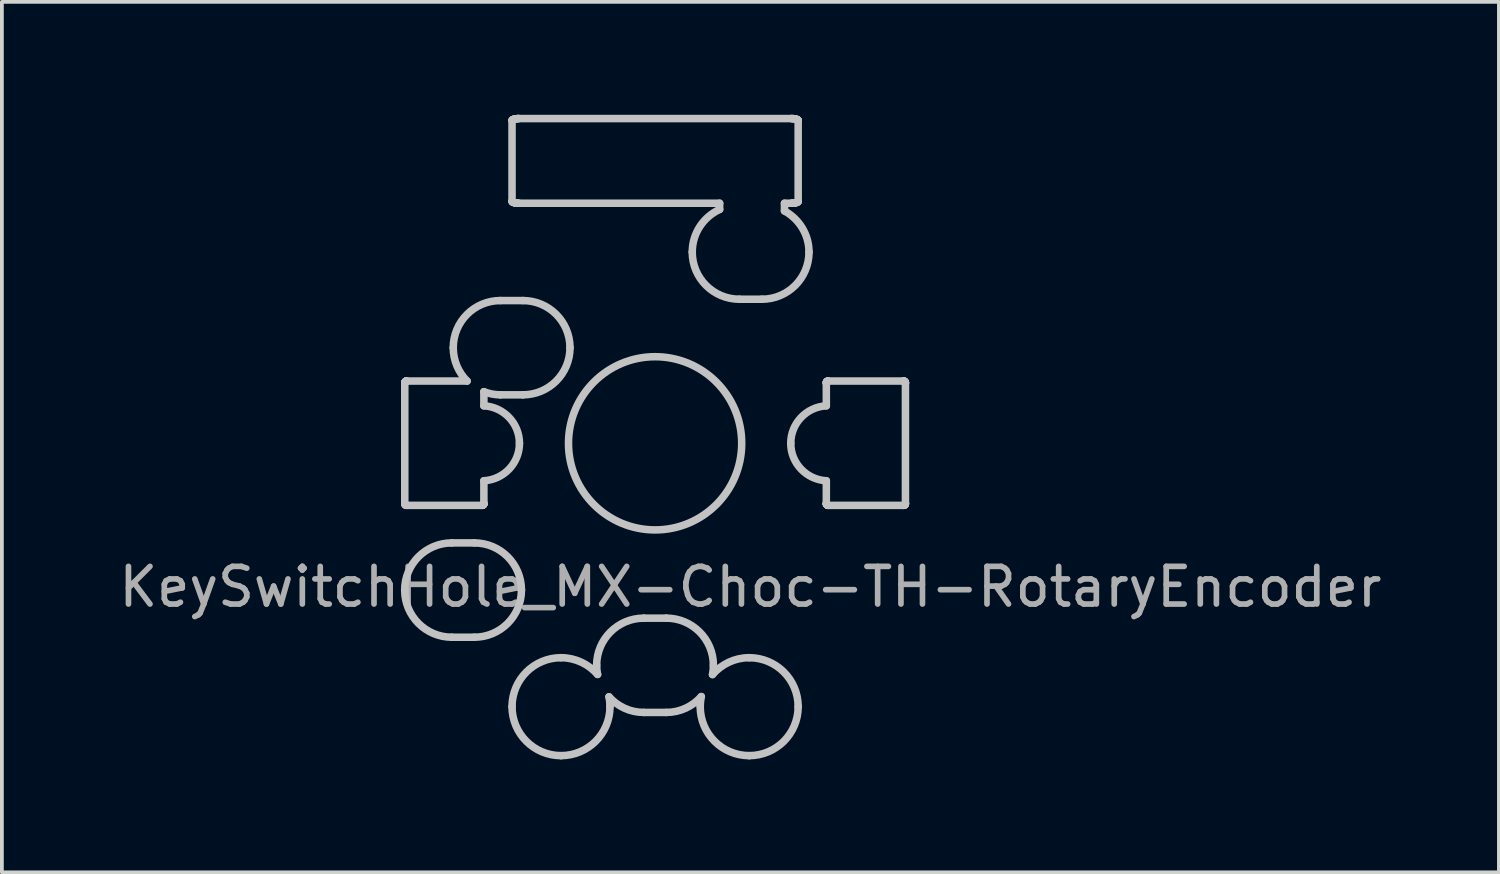
<source format=kicad_pcb>
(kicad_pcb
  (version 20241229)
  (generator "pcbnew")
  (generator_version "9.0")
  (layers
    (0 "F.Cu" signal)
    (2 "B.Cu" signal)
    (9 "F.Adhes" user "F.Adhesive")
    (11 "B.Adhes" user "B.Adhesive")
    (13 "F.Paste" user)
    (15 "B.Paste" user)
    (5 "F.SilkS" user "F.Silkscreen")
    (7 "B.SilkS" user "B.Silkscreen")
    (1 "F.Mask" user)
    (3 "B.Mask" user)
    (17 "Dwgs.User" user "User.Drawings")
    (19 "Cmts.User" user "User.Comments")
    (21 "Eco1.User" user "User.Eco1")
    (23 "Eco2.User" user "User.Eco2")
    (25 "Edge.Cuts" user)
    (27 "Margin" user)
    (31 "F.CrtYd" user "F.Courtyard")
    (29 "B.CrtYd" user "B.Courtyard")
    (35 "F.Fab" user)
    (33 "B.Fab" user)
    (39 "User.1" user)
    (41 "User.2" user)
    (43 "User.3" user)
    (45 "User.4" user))
  (footprint "KeySwitchHole_MX-Choc-TH-RotaryEncoder"
    (layer "F.Cu")
    (at 14.355 8.728)
    (property "Reference" "KeySwitchHole_MX-Choc-TH-RotaryEncoder" (at 2.532 3.815 0) (layer "F.Fab") (effects (font (size 1 1) (thickness 0.15))))
    (attr through_hole)
    (fp_circle (center 0 0) (end 2.301 0) (stroke (width 0.2) (type solid)) (fill no) (layer "Dwgs.User"))
    (fp_curve (pts (xy -6.653 3.899) (xy -6.653 3.207) (xy -6.092 2.646) (xy -5.4 2.646)) (stroke (width 0.2) (type solid)) (layer "Dwgs.User"))
    (fp_curve (pts (xy -6.651 -1.603) (xy -6.651 -1.603) (xy -6.651 1.597) (xy -6.651 1.597)) (stroke (width 0.2) (type solid)) (layer "Dwgs.User"))
    (fp_curve (pts (xy -6.651 1.597) (xy -6.651 1.597) (xy -6.651 1.602) (xy -6.651 1.602)) (stroke (width 0.2) (type solid)) (layer "Dwgs.User"))
    (fp_curve (pts (xy -6.651 -1.608) (xy -6.651 -1.608) (xy -6.651 -1.603) (xy -6.651 -1.603)) (stroke (width 0.2) (type solid)) (layer "Dwgs.User"))
    (fp_curve (pts (xy -6.651 1.602) (xy -6.651 1.602) (xy -6.65 1.607) (xy -6.65 1.607)) (stroke (width 0.2) (type solid)) (layer "Dwgs.User"))
    (fp_curve (pts (xy -6.65 -1.613) (xy -6.65 -1.613) (xy -6.651 -1.608) (xy -6.651 -1.608)) (stroke (width 0.2) (type solid)) (layer "Dwgs.User"))
    (fp_curve (pts (xy -6.65 1.607) (xy -6.65 1.607) (xy -6.649 1.612) (xy -6.649 1.612)) (stroke (width 0.2) (type solid)) (layer "Dwgs.User"))
    (fp_curve (pts (xy -6.649 -1.618) (xy -6.649 -1.618) (xy -6.65 -1.613) (xy -6.65 -1.613)) (stroke (width 0.2) (type solid)) (layer "Dwgs.User"))
    (fp_curve (pts (xy -6.649 1.612) (xy -6.649 1.612) (xy -6.647 1.616) (xy -6.647 1.616)) (stroke (width 0.2) (type solid)) (layer "Dwgs.User"))
    (fp_curve (pts (xy -6.647 -1.623) (xy -6.647 -1.623) (xy -6.649 -1.618) (xy -6.649 -1.618)) (stroke (width 0.2) (type solid)) (layer "Dwgs.User"))
    (fp_curve (pts (xy -6.647 1.616) (xy -6.647 1.616) (xy -6.645 1.621) (xy -6.645 1.621)) (stroke (width 0.2) (type solid)) (layer "Dwgs.User"))
    (fp_curve (pts (xy -6.645 -1.627) (xy -6.645 -1.627) (xy -6.647 -1.623) (xy -6.647 -1.623)) (stroke (width 0.2) (type solid)) (layer "Dwgs.User"))
    (fp_curve (pts (xy -6.645 1.621) (xy -6.645 1.621) (xy -6.642 1.625) (xy -6.642 1.625)) (stroke (width 0.2) (type solid)) (layer "Dwgs.User"))
    (fp_curve (pts (xy -6.642 -1.631) (xy -6.642 -1.631) (xy -6.645 -1.627) (xy -6.645 -1.627)) (stroke (width 0.2) (type solid)) (layer "Dwgs.User"))
    (fp_curve (pts (xy -6.642 1.625) (xy -6.642 1.625) (xy -6.639 1.629) (xy -6.639 1.629)) (stroke (width 0.2) (type solid)) (layer "Dwgs.User"))
    (fp_curve (pts (xy -6.639 -1.635) (xy -6.639 -1.635) (xy -6.642 -1.631) (xy -6.642 -1.631)) (stroke (width 0.2) (type solid)) (layer "Dwgs.User"))
    (fp_curve (pts (xy -6.639 1.629) (xy -6.639 1.629) (xy -6.636 1.633) (xy -6.636 1.633)) (stroke (width 0.2) (type solid)) (layer "Dwgs.User"))
    (fp_curve (pts (xy -6.636 -1.639) (xy -6.636 -1.639) (xy -6.639 -1.635) (xy -6.639 -1.635)) (stroke (width 0.2) (type solid)) (layer "Dwgs.User"))
    (fp_curve (pts (xy -6.636 1.633) (xy -6.636 1.633) (xy -6.632 1.636) (xy -6.632 1.636)) (stroke (width 0.2) (type solid)) (layer "Dwgs.User"))
    (fp_curve (pts (xy -6.632 -1.643) (xy -6.632 -1.643) (xy -6.636 -1.639) (xy -6.636 -1.639)) (stroke (width 0.2) (type solid)) (layer "Dwgs.User"))
    (fp_curve (pts (xy -6.632 1.636) (xy -6.632 1.636) (xy -6.628 1.639) (xy -6.628 1.639)) (stroke (width 0.2) (type solid)) (layer "Dwgs.User"))
    (fp_curve (pts (xy -6.628 -1.646) (xy -6.628 -1.646) (xy -6.632 -1.643) (xy -6.632 -1.643)) (stroke (width 0.2) (type solid)) (layer "Dwgs.User"))
    (fp_curve (pts (xy -6.628 1.639) (xy -6.628 1.639) (xy -6.624 1.642) (xy -6.624 1.642)) (stroke (width 0.2) (type solid)) (layer "Dwgs.User"))
    (fp_curve (pts (xy -6.624 -1.648) (xy -6.624 -1.648) (xy -6.628 -1.646) (xy -6.628 -1.646)) (stroke (width 0.2) (type solid)) (layer "Dwgs.User"))
    (fp_curve (pts (xy -6.624 1.642) (xy -6.624 1.642) (xy -6.619 1.644) (xy -6.619 1.644)) (stroke (width 0.2) (type solid)) (layer "Dwgs.User"))
    (fp_curve (pts (xy -6.619 -1.65) (xy -6.619 -1.65) (xy -6.624 -1.648) (xy -6.624 -1.648)) (stroke (width 0.2) (type solid)) (layer "Dwgs.User"))
    (fp_curve (pts (xy -6.619 1.644) (xy -6.619 1.644) (xy -6.615 1.646) (xy -6.615 1.646)) (stroke (width 0.2) (type solid)) (layer "Dwgs.User"))
    (fp_curve (pts (xy -6.615 -1.652) (xy -6.615 -1.652) (xy -6.619 -1.65) (xy -6.619 -1.65)) (stroke (width 0.2) (type solid)) (layer "Dwgs.User"))
    (fp_curve (pts (xy -6.615 1.646) (xy -6.615 1.646) (xy -6.61 1.647) (xy -6.61 1.647)) (stroke (width 0.2) (type solid)) (layer "Dwgs.User"))
    (fp_curve (pts (xy -6.61 -1.653) (xy -6.61 -1.653) (xy -6.615 -1.652) (xy -6.615 -1.652)) (stroke (width 0.2) (type solid)) (layer "Dwgs.User"))
    (fp_curve (pts (xy -6.61 1.647) (xy -6.61 1.647) (xy -6.605 1.648) (xy -6.605 1.648)) (stroke (width 0.2) (type solid)) (layer "Dwgs.User"))
    (fp_curve (pts (xy -6.605 -1.654) (xy -6.605 -1.654) (xy -6.61 -1.653) (xy -6.61 -1.653)) (stroke (width 0.2) (type solid)) (layer "Dwgs.User"))
    (fp_curve (pts (xy -6.605 1.648) (xy -6.605 1.648) (xy -6.6 1.648) (xy -6.6 1.648)) (stroke (width 0.2) (type solid)) (layer "Dwgs.User"))
    (fp_curve (pts (xy -6.6 -1.654) (xy -6.6 -1.654) (xy -6.605 -1.654) (xy -6.605 -1.654)) (stroke (width 0.2) (type solid)) (layer "Dwgs.User"))
    (fp_curve (pts (xy -6.6 1.648) (xy -6.6 1.648) (xy -4.6 1.648) (xy -4.6 1.648)) (stroke (width 0.2) (type solid)) (layer "Dwgs.User"))
    (fp_curve (pts (xy -5.4 2.646) (xy -5.4 2.646) (xy -4.804 2.646) (xy -4.804 2.646)) (stroke (width 0.2) (type solid)) (layer "Dwgs.User"))
    (fp_curve (pts (xy -5.4 5.152) (xy -6.092 5.152) (xy -6.653 4.591) (xy -6.653 3.899)) (stroke (width 0.2) (type solid)) (layer "Dwgs.User"))
    (fp_curve (pts (xy -5.363 -2.54) (xy -5.363 -2.194) (xy -5.222 -1.881) (xy -4.995 -1.654)) (stroke (width 0.2) (type solid)) (layer "Dwgs.User"))
    (fp_curve (pts (xy -4.995 -1.654) (xy -4.995 -1.654) (xy -6.6 -1.654) (xy -6.6 -1.654)) (stroke (width 0.2) (type solid)) (layer "Dwgs.User"))
    (fp_curve (pts (xy -4.804 2.646) (xy -4.112 2.646) (xy -3.551 3.207) (xy -3.551 3.899)) (stroke (width 0.2) (type solid)) (layer "Dwgs.User"))
    (fp_curve (pts (xy -4.804 5.152) (xy -4.804 5.152) (xy -5.4 5.152) (xy -5.4 5.152)) (stroke (width 0.2) (type solid)) (layer "Dwgs.User"))
    (fp_curve (pts (xy -4.6 1.648) (xy -4.6 1.648) (xy -4.595 1.648) (xy -4.595 1.648)) (stroke (width 0.2) (type solid)) (layer "Dwgs.User"))
    (fp_curve (pts (xy -4.595 1.648) (xy -4.595 1.648) (xy -4.59 1.647) (xy -4.59 1.647)) (stroke (width 0.2) (type solid)) (layer "Dwgs.User"))
    (fp_curve (pts (xy -4.59 1.647) (xy -4.59 1.647) (xy -4.585 1.646) (xy -4.585 1.646)) (stroke (width 0.2) (type solid)) (layer "Dwgs.User"))
    (fp_curve (pts (xy -4.585 1.646) (xy -4.585 1.646) (xy -4.58 1.644) (xy -4.58 1.644)) (stroke (width 0.2) (type solid)) (layer "Dwgs.User"))
    (fp_curve (pts (xy -4.58 1.644) (xy -4.58 1.644) (xy -4.576 1.642) (xy -4.576 1.642)) (stroke (width 0.2) (type solid)) (layer "Dwgs.User"))
    (fp_curve (pts (xy -4.576 1.642) (xy -4.576 1.642) (xy -4.572 1.639) (xy -4.572 1.639)) (stroke (width 0.2) (type solid)) (layer "Dwgs.User"))
    (fp_curve (pts (xy -4.572 1.639) (xy -4.572 1.639) (xy -4.568 1.636) (xy -4.568 1.636)) (stroke (width 0.2) (type solid)) (layer "Dwgs.User"))
    (fp_curve (pts (xy -4.568 1.636) (xy -4.568 1.636) (xy -4.564 1.633) (xy -4.564 1.633)) (stroke (width 0.2) (type solid)) (layer "Dwgs.User"))
    (fp_curve (pts (xy -4.564 1.633) (xy -4.564 1.633) (xy -4.561 1.629) (xy -4.561 1.629)) (stroke (width 0.2) (type solid)) (layer "Dwgs.User"))
    (fp_curve (pts (xy -4.561 1.629) (xy -4.561 1.629) (xy -4.558 1.625) (xy -4.558 1.625)) (stroke (width 0.2) (type solid)) (layer "Dwgs.User"))
    (fp_curve (pts (xy -4.558 1.625) (xy -4.558 1.625) (xy -4.555 1.621) (xy -4.555 1.621)) (stroke (width 0.2) (type solid)) (layer "Dwgs.User"))
    (fp_curve (pts (xy -4.555 1.621) (xy -4.555 1.621) (xy -4.553 1.616) (xy -4.553 1.616)) (stroke (width 0.2) (type solid)) (layer "Dwgs.User"))
    (fp_curve (pts (xy -4.553 1.616) (xy -4.553 1.616) (xy -4.551 1.612) (xy -4.551 1.612)) (stroke (width 0.2) (type solid)) (layer "Dwgs.User"))
    (fp_curve (pts (xy -4.551 1.612) (xy -4.551 1.612) (xy -4.55 1.607) (xy -4.55 1.607)) (stroke (width 0.2) (type solid)) (layer "Dwgs.User"))
    (fp_curve (pts (xy -4.55 1.607) (xy -4.55 1.607) (xy -4.549 1.602) (xy -4.549 1.602)) (stroke (width 0.2) (type solid)) (layer "Dwgs.User"))
    (fp_curve (pts (xy -4.549 1.602) (xy -4.549 1.602) (xy -4.549 1.597) (xy -4.549 1.597)) (stroke (width 0.2) (type solid)) (layer "Dwgs.User"))
    (fp_curve (pts (xy -4.549 -1.371) (xy -4.412 -1.319) (xy -4.265 -1.288) (xy -4.11 -1.288)) (stroke (width 0.2) (type solid)) (layer "Dwgs.User"))
    (fp_curve (pts (xy -4.549 -0.996) (xy -4.549 -0.996) (xy -4.549 -1.371) (xy -4.549 -1.371)) (stroke (width 0.2) (type solid)) (layer "Dwgs.User"))
    (fp_curve (pts (xy -4.549 0.995) (xy -4.023 0.965) (xy -3.604 0.533) (xy -3.604 -0.000265)) (stroke (width 0.2) (type solid)) (layer "Dwgs.User"))
    (fp_curve (pts (xy -4.549 1.597) (xy -4.549 1.597) (xy -4.549 0.995) (xy -4.549 0.995)) (stroke (width 0.2) (type solid)) (layer "Dwgs.User"))
    (fp_curve (pts (xy -4.11 -3.793) (xy -4.802 -3.793) (xy -5.363 -3.232) (xy -5.363 -2.54)) (stroke (width 0.2) (type solid)) (layer "Dwgs.User"))
    (fp_curve (pts (xy -4.11 -1.288) (xy -4.11 -1.288) (xy -3.513 -1.288) (xy -3.513 -1.288)) (stroke (width 0.2) (type solid)) (layer "Dwgs.User"))
    (fp_curve (pts (xy -3.801 -8.574) (xy -3.801 -8.574) (xy -3.801 -6.433) (xy -3.801 -6.433)) (stroke (width 0.2) (type solid)) (layer "Dwgs.User"))
    (fp_curve (pts (xy -3.801 -6.433) (xy -3.801 -6.433) (xy -3.8 -6.427) (xy -3.8 -6.427)) (stroke (width 0.2) (type solid)) (layer "Dwgs.User"))
    (fp_curve (pts (xy -3.801 6.997) (xy -3.801 7.715) (xy -3.219 8.298) (xy -2.5 8.298)) (stroke (width 0.2) (type solid)) (layer "Dwgs.User"))
    (fp_curve (pts (xy -3.8 -8.579) (xy -3.8 -8.579) (xy -3.801 -8.574) (xy -3.801 -8.574)) (stroke (width 0.2) (type solid)) (layer "Dwgs.User"))
    (fp_curve (pts (xy -3.8 -6.427) (xy -3.8 -6.427) (xy -3.797 -6.422) (xy -3.797 -6.422)) (stroke (width 0.2) (type solid)) (layer "Dwgs.User"))
    (fp_curve (pts (xy -3.797 -8.584) (xy -3.797 -8.584) (xy -3.8 -8.579) (xy -3.8 -8.579)) (stroke (width 0.2) (type solid)) (layer "Dwgs.User"))
    (fp_curve (pts (xy -3.797 -6.422) (xy -3.797 -6.422) (xy -3.793 -6.417) (xy -3.793 -6.417)) (stroke (width 0.2) (type solid)) (layer "Dwgs.User"))
    (fp_curve (pts (xy -3.793 -8.589) (xy -3.793 -8.589) (xy -3.797 -8.584) (xy -3.797 -8.584)) (stroke (width 0.2) (type solid)) (layer "Dwgs.User"))
    (fp_curve (pts (xy -3.793 -6.417) (xy -3.793 -6.417) (xy -3.787 -6.412) (xy -3.787 -6.412)) (stroke (width 0.2) (type solid)) (layer "Dwgs.User"))
    (fp_curve (pts (xy -3.787 -8.594) (xy -3.787 -8.594) (xy -3.793 -8.589) (xy -3.793 -8.589)) (stroke (width 0.2) (type solid)) (layer "Dwgs.User"))
    (fp_curve (pts (xy -3.787 -6.412) (xy -3.787 -6.412) (xy -3.779 -6.407) (xy -3.779 -6.407)) (stroke (width 0.2) (type solid)) (layer "Dwgs.User"))
    (fp_curve (pts (xy -3.779 -8.599) (xy -3.779 -8.599) (xy -3.787 -8.594) (xy -3.787 -8.594)) (stroke (width 0.2) (type solid)) (layer "Dwgs.User"))
    (fp_curve (pts (xy -3.779 -6.407) (xy -3.779 -6.407) (xy -3.77 -6.402) (xy -3.77 -6.402)) (stroke (width 0.2) (type solid)) (layer "Dwgs.User"))
    (fp_curve (pts (xy -3.77 -8.604) (xy -3.77 -8.604) (xy -3.779 -8.599) (xy -3.779 -8.599)) (stroke (width 0.2) (type solid)) (layer "Dwgs.User"))
    (fp_curve (pts (xy -3.77 -6.402) (xy -3.77 -6.402) (xy -3.759 -6.398) (xy -3.759 -6.398)) (stroke (width 0.2) (type solid)) (layer "Dwgs.User"))
    (fp_curve (pts (xy -3.759 -8.608) (xy -3.759 -8.608) (xy -3.77 -8.604) (xy -3.77 -8.604)) (stroke (width 0.2) (type solid)) (layer "Dwgs.User"))
    (fp_curve (pts (xy -3.759 -6.398) (xy -3.759 -6.398) (xy -3.747 -6.394) (xy -3.747 -6.394)) (stroke (width 0.2) (type solid)) (layer "Dwgs.User"))
    (fp_curve (pts (xy -3.747 -8.612) (xy -3.747 -8.612) (xy -3.759 -8.608) (xy -3.759 -8.608)) (stroke (width 0.2) (type solid)) (layer "Dwgs.User"))
    (fp_curve (pts (xy -3.747 -6.394) (xy -3.747 -6.394) (xy -3.734 -6.391) (xy -3.734 -6.391)) (stroke (width 0.2) (type solid)) (layer "Dwgs.User"))
    (fp_curve (pts (xy -3.734 -8.616) (xy -3.734 -8.616) (xy -3.747 -8.612) (xy -3.747 -8.612)) (stroke (width 0.2) (type solid)) (layer "Dwgs.User"))
    (fp_curve (pts (xy -3.734 -6.391) (xy -3.734 -6.391) (xy -3.719 -6.387) (xy -3.719 -6.387)) (stroke (width 0.2) (type solid)) (layer "Dwgs.User"))
    (fp_curve (pts (xy -3.719 -8.619) (xy -3.719 -8.619) (xy -3.734 -8.616) (xy -3.734 -8.616)) (stroke (width 0.2) (type solid)) (layer "Dwgs.User"))
    (fp_curve (pts (xy -3.719 -6.387) (xy -3.719 -6.387) (xy -3.704 -6.385) (xy -3.704 -6.385)) (stroke (width 0.2) (type solid)) (layer "Dwgs.User"))
    (fp_curve (pts (xy -3.704 -8.622) (xy -3.704 -8.622) (xy -3.719 -8.619) (xy -3.719 -8.619)) (stroke (width 0.2) (type solid)) (layer "Dwgs.User"))
    (fp_curve (pts (xy -3.704 -6.385) (xy -3.704 -6.385) (xy -3.687 -6.382) (xy -3.687 -6.382)) (stroke (width 0.2) (type solid)) (layer "Dwgs.User"))
    (fp_curve (pts (xy -3.687 -8.624) (xy -3.687 -8.624) (xy -3.704 -8.622) (xy -3.704 -8.622)) (stroke (width 0.2) (type solid)) (layer "Dwgs.User"))
    (fp_curve (pts (xy -3.687 -6.382) (xy -3.687 -6.382) (xy -3.67 -6.38) (xy -3.67 -6.38)) (stroke (width 0.2) (type solid)) (layer "Dwgs.User"))
    (fp_curve (pts (xy -3.67 -8.626) (xy -3.67 -8.626) (xy -3.687 -8.624) (xy -3.687 -8.624)) (stroke (width 0.2) (type solid)) (layer "Dwgs.User"))
    (fp_curve (pts (xy -3.67 -6.38) (xy -3.67 -6.38) (xy -3.653 -6.379) (xy -3.653 -6.379)) (stroke (width 0.2) (type solid)) (layer "Dwgs.User"))
    (fp_curve (pts (xy -3.653 -8.627) (xy -3.653 -8.627) (xy -3.67 -8.626) (xy -3.67 -8.626)) (stroke (width 0.2) (type solid)) (layer "Dwgs.User"))
    (fp_curve (pts (xy -3.653 -6.379) (xy -3.653 -6.379) (xy -3.635 -6.378) (xy -3.635 -6.378)) (stroke (width 0.2) (type solid)) (layer "Dwgs.User"))
    (fp_curve (pts (xy -3.635 -8.628) (xy -3.635 -8.628) (xy -3.653 -8.627) (xy -3.653 -8.627)) (stroke (width 0.2) (type solid)) (layer "Dwgs.User"))
    (fp_curve (pts (xy -3.635 -6.378) (xy -3.635 -6.378) (xy -3.617 -6.378) (xy -3.617 -6.378)) (stroke (width 0.2) (type solid)) (layer "Dwgs.User"))
    (fp_curve (pts (xy -3.617 -8.628) (xy -3.617 -8.628) (xy -3.635 -8.628) (xy -3.635 -8.628)) (stroke (width 0.2) (type solid)) (layer "Dwgs.User"))
    (fp_curve (pts (xy -3.617 -6.378) (xy -3.617 -6.378) (xy 1.715 -6.378) (xy 1.715 -6.378)) (stroke (width 0.2) (type solid)) (layer "Dwgs.User"))
    (fp_curve (pts (xy -3.604 -0.000265) (xy -3.604 -0.534) (xy -4.023 -0.966) (xy -4.549 -0.996)) (stroke (width 0.2) (type solid)) (layer "Dwgs.User"))
    (fp_curve (pts (xy -3.551 3.899) (xy -3.551 4.591) (xy -4.112 5.152) (xy -4.804 5.152)) (stroke (width 0.2) (type solid)) (layer "Dwgs.User"))
    (fp_curve (pts (xy -3.513 -3.793) (xy -3.513 -3.793) (xy -4.11 -3.793) (xy -4.11 -3.793)) (stroke (width 0.2) (type solid)) (layer "Dwgs.User"))
    (fp_curve (pts (xy -3.513 -1.288) (xy -2.821 -1.288) (xy -2.261 -1.848) (xy -2.261 -2.54)) (stroke (width 0.2) (type solid)) (layer "Dwgs.User"))
    (fp_curve (pts (xy -2.5 5.696) (xy -3.219 5.696) (xy -3.801 6.278) (xy -3.801 6.997)) (stroke (width 0.2) (type solid)) (layer "Dwgs.User"))
    (fp_curve (pts (xy -2.5 8.298) (xy -1.781 8.298) (xy -1.199 7.715) (xy -1.199 6.997)) (stroke (width 0.2) (type solid)) (layer "Dwgs.User"))
    (fp_curve (pts (xy -2.261 -2.54) (xy -2.261 -3.232) (xy -2.821 -3.793) (xy -3.513 -3.793)) (stroke (width 0.2) (type solid)) (layer "Dwgs.User"))
    (fp_curve (pts (xy -1.553 5.898) (xy -1.553 5.981) (xy -1.544 6.061) (xy -1.528 6.14)) (stroke (width 0.2) (type solid)) (layer "Dwgs.User"))
    (fp_curve (pts (xy -1.528 6.14) (xy -1.767 5.87) (xy -2.111 5.696) (xy -2.5 5.696)) (stroke (width 0.2) (type solid)) (layer "Dwgs.User"))
    (fp_curve (pts (xy -1.225 6.735) (xy -0.996 6.989) (xy -0.668 7.15) (xy -0.3 7.15)) (stroke (width 0.2) (type solid)) (layer "Dwgs.User"))
    (fp_curve (pts (xy -1.199 6.997) (xy -1.199 6.907) (xy -1.208 6.82) (xy -1.225 6.735)) (stroke (width 0.2) (type solid)) (layer "Dwgs.User"))
    (fp_curve (pts (xy -0.3 4.645) (xy -0.992 4.645) (xy -1.553 5.206) (xy -1.553 5.898)) (stroke (width 0.2) (type solid)) (layer "Dwgs.User"))
    (fp_curve (pts (xy -0.3 7.15) (xy -0.3 7.15) (xy 0.297 7.15) (xy 0.297 7.15)) (stroke (width 0.2) (type solid)) (layer "Dwgs.User"))
    (fp_curve (pts (xy 0.297 4.645) (xy 0.297 4.645) (xy -0.3 4.645) (xy -0.3 4.645)) (stroke (width 0.2) (type solid)) (layer "Dwgs.User"))
    (fp_curve (pts (xy 0.297 7.15) (xy 0.668 7.15) (xy 0.998 6.986) (xy 1.227 6.729)) (stroke (width 0.2) (type solid)) (layer "Dwgs.User"))
    (fp_curve (pts (xy 0.987 -5.08) (xy 0.987 -4.388) (xy 1.548 -3.828) (xy 2.24 -3.828)) (stroke (width 0.2) (type solid)) (layer "Dwgs.User"))
    (fp_curve (pts (xy 1.199 6.997) (xy 1.199 7.715) (xy 1.781 8.298) (xy 2.5 8.298)) (stroke (width 0.2) (type solid)) (layer "Dwgs.User"))
    (fp_curve (pts (xy 1.227 6.729) (xy 1.209 6.816) (xy 1.199 6.905) (xy 1.199 6.997)) (stroke (width 0.2) (type solid)) (layer "Dwgs.User"))
    (fp_curve (pts (xy 1.525 6.144) (xy 1.541 6.064) (xy 1.549 5.982) (xy 1.549 5.898)) (stroke (width 0.2) (type solid)) (layer "Dwgs.User"))
    (fp_curve (pts (xy 1.549 5.898) (xy 1.549 5.206) (xy 0.988 4.645) (xy 0.297 4.645)) (stroke (width 0.2) (type solid)) (layer "Dwgs.User"))
    (fp_curve (pts (xy 1.715 -6.378) (xy 1.715 -6.378) (xy 1.715 -6.214) (xy 1.715 -6.214)) (stroke (width 0.2) (type solid)) (layer "Dwgs.User"))
    (fp_curve (pts (xy 1.715 -6.214) (xy 1.286 -6.015) (xy 0.987 -5.584) (xy 0.987 -5.08)) (stroke (width 0.2) (type solid)) (layer "Dwgs.User"))
    (fp_curve (pts (xy 2.24 -3.828) (xy 2.24 -3.828) (xy 2.837 -3.828) (xy 2.837 -3.828)) (stroke (width 0.2) (type solid)) (layer "Dwgs.User"))
    (fp_curve (pts (xy 2.5 5.696) (xy 2.109 5.696) (xy 1.763 5.872) (xy 1.525 6.144)) (stroke (width 0.2) (type solid)) (layer "Dwgs.User"))
    (fp_curve (pts (xy 2.5 8.298) (xy 3.219 8.298) (xy 3.801 7.715) (xy 3.801 6.997)) (stroke (width 0.2) (type solid)) (layer "Dwgs.User"))
    (fp_curve (pts (xy 2.837 -3.828) (xy 3.529 -3.828) (xy 4.089 -4.388) (xy 4.089 -5.08)) (stroke (width 0.2) (type solid)) (layer "Dwgs.User"))
    (fp_curve (pts (xy 3.437 -6.378) (xy 3.437 -6.378) (xy 3.617 -6.378) (xy 3.617 -6.378)) (stroke (width 0.2) (type solid)) (layer "Dwgs.User"))
    (fp_curve (pts (xy 3.437 -6.174) (xy 3.437 -6.174) (xy 3.437 -6.378) (xy 3.437 -6.378)) (stroke (width 0.2) (type solid)) (layer "Dwgs.User"))
    (fp_curve (pts (xy 3.604 -0.000265) (xy 3.604 0.533) (xy 4.023 0.966) (xy 4.549 0.995)) (stroke (width 0.2) (type solid)) (layer "Dwgs.User"))
    (fp_curve (pts (xy 3.617 -8.628) (xy 3.617 -8.628) (xy -3.617 -8.628) (xy -3.617 -8.628)) (stroke (width 0.2) (type solid)) (layer "Dwgs.User"))
    (fp_curve (pts (xy 3.617 -6.378) (xy 3.617 -6.378) (xy 3.635 -6.378) (xy 3.635 -6.378)) (stroke (width 0.2) (type solid)) (layer "Dwgs.User"))
    (fp_curve (pts (xy 3.635 -8.628) (xy 3.635 -8.628) (xy 3.617 -8.628) (xy 3.617 -8.628)) (stroke (width 0.2) (type solid)) (layer "Dwgs.User"))
    (fp_curve (pts (xy 3.635 -6.378) (xy 3.635 -6.378) (xy 3.652 -6.379) (xy 3.652 -6.379)) (stroke (width 0.2) (type solid)) (layer "Dwgs.User"))
    (fp_curve (pts (xy 3.652 -8.627) (xy 3.652 -8.627) (xy 3.635 -8.628) (xy 3.635 -8.628)) (stroke (width 0.2) (type solid)) (layer "Dwgs.User"))
    (fp_curve (pts (xy 3.652 -6.379) (xy 3.652 -6.379) (xy 3.67 -6.38) (xy 3.67 -6.38)) (stroke (width 0.2) (type solid)) (layer "Dwgs.User"))
    (fp_curve (pts (xy 3.67 -8.626) (xy 3.67 -8.626) (xy 3.652 -8.627) (xy 3.652 -8.627)) (stroke (width 0.2) (type solid)) (layer "Dwgs.User"))
    (fp_curve (pts (xy 3.67 -6.38) (xy 3.67 -6.38) (xy 3.687 -6.382) (xy 3.687 -6.382)) (stroke (width 0.2) (type solid)) (layer "Dwgs.User"))
    (fp_curve (pts (xy 3.687 -8.624) (xy 3.687 -8.624) (xy 3.67 -8.626) (xy 3.67 -8.626)) (stroke (width 0.2) (type solid)) (layer "Dwgs.User"))
    (fp_curve (pts (xy 3.687 -6.382) (xy 3.687 -6.382) (xy 3.703 -6.385) (xy 3.703 -6.385)) (stroke (width 0.2) (type solid)) (layer "Dwgs.User"))
    (fp_curve (pts (xy 3.703 -8.622) (xy 3.703 -8.622) (xy 3.687 -8.624) (xy 3.687 -8.624)) (stroke (width 0.2) (type solid)) (layer "Dwgs.User"))
    (fp_curve (pts (xy 3.703 -6.385) (xy 3.703 -6.385) (xy 3.719 -6.387) (xy 3.719 -6.387)) (stroke (width 0.2) (type solid)) (layer "Dwgs.User"))
    (fp_curve (pts (xy 3.719 -8.619) (xy 3.719 -8.619) (xy 3.703 -8.622) (xy 3.703 -8.622)) (stroke (width 0.2) (type solid)) (layer "Dwgs.User"))
    (fp_curve (pts (xy 3.719 -6.387) (xy 3.719 -6.387) (xy 3.733 -6.391) (xy 3.733 -6.391)) (stroke (width 0.2) (type solid)) (layer "Dwgs.User"))
    (fp_curve (pts (xy 3.733 -8.616) (xy 3.733 -8.616) (xy 3.719 -8.619) (xy 3.719 -8.619)) (stroke (width 0.2) (type solid)) (layer "Dwgs.User"))
    (fp_curve (pts (xy 3.733 -6.391) (xy 3.733 -6.391) (xy 3.747 -6.394) (xy 3.747 -6.394)) (stroke (width 0.2) (type solid)) (layer "Dwgs.User"))
    (fp_curve (pts (xy 3.747 -8.612) (xy 3.747 -8.612) (xy 3.733 -8.616) (xy 3.733 -8.616)) (stroke (width 0.2) (type solid)) (layer "Dwgs.User"))
    (fp_curve (pts (xy 3.747 -6.394) (xy 3.747 -6.394) (xy 3.759 -6.398) (xy 3.759 -6.398)) (stroke (width 0.2) (type solid)) (layer "Dwgs.User"))
    (fp_curve (pts (xy 3.759 -8.608) (xy 3.759 -8.608) (xy 3.747 -8.612) (xy 3.747 -8.612)) (stroke (width 0.2) (type solid)) (layer "Dwgs.User"))
    (fp_curve (pts (xy 3.759 -6.398) (xy 3.759 -6.398) (xy 3.77 -6.402) (xy 3.77 -6.402)) (stroke (width 0.2) (type solid)) (layer "Dwgs.User"))
    (fp_curve (pts (xy 3.77 -8.604) (xy 3.77 -8.604) (xy 3.759 -8.608) (xy 3.759 -8.608)) (stroke (width 0.2) (type solid)) (layer "Dwgs.User"))
    (fp_curve (pts (xy 3.77 -6.402) (xy 3.77 -6.402) (xy 3.779 -6.407) (xy 3.779 -6.407)) (stroke (width 0.2) (type solid)) (layer "Dwgs.User"))
    (fp_curve (pts (xy 3.779 -8.599) (xy 3.779 -8.599) (xy 3.77 -8.604) (xy 3.77 -8.604)) (stroke (width 0.2) (type solid)) (layer "Dwgs.User"))
    (fp_curve (pts (xy 3.779 -6.407) (xy 3.779 -6.407) (xy 3.787 -6.412) (xy 3.787 -6.412)) (stroke (width 0.2) (type solid)) (layer "Dwgs.User"))
    (fp_curve (pts (xy 3.787 -8.594) (xy 3.787 -8.594) (xy 3.779 -8.599) (xy 3.779 -8.599)) (stroke (width 0.2) (type solid)) (layer "Dwgs.User"))
    (fp_curve (pts (xy 3.787 -6.412) (xy 3.787 -6.412) (xy 3.793 -6.417) (xy 3.793 -6.417)) (stroke (width 0.2) (type solid)) (layer "Dwgs.User"))
    (fp_curve (pts (xy 3.793 -8.589) (xy 3.793 -8.589) (xy 3.787 -8.594) (xy 3.787 -8.594)) (stroke (width 0.2) (type solid)) (layer "Dwgs.User"))
    (fp_curve (pts (xy 3.793 -6.417) (xy 3.793 -6.417) (xy 3.797 -6.422) (xy 3.797 -6.422)) (stroke (width 0.2) (type solid)) (layer "Dwgs.User"))
    (fp_curve (pts (xy 3.797 -8.584) (xy 3.797 -8.584) (xy 3.793 -8.589) (xy 3.793 -8.589)) (stroke (width 0.2) (type solid)) (layer "Dwgs.User"))
    (fp_curve (pts (xy 3.797 -6.422) (xy 3.797 -6.422) (xy 3.8 -6.427) (xy 3.8 -6.427)) (stroke (width 0.2) (type solid)) (layer "Dwgs.User"))
    (fp_curve (pts (xy 3.8 -8.579) (xy 3.8 -8.579) (xy 3.797 -8.584) (xy 3.797 -8.584)) (stroke (width 0.2) (type solid)) (layer "Dwgs.User"))
    (fp_curve (pts (xy 3.8 -6.427) (xy 3.8 -6.427) (xy 3.801 -6.433) (xy 3.801 -6.433)) (stroke (width 0.2) (type solid)) (layer "Dwgs.User"))
    (fp_curve (pts (xy 3.801 -8.574) (xy 3.801 -8.574) (xy 3.8 -8.579) (xy 3.8 -8.579)) (stroke (width 0.2) (type solid)) (layer "Dwgs.User"))
    (fp_curve (pts (xy 3.801 -6.433) (xy 3.801 -6.433) (xy 3.801 -8.574) (xy 3.801 -8.574)) (stroke (width 0.2) (type solid)) (layer "Dwgs.User"))
    (fp_curve (pts (xy 3.801 6.997) (xy 3.801 6.278) (xy 3.219 5.696) (xy 2.5 5.696)) (stroke (width 0.2) (type solid)) (layer "Dwgs.User"))
    (fp_curve (pts (xy 4.089 -5.08) (xy 4.089 -5.554) (xy 3.824 -5.96) (xy 3.437 -6.174)) (stroke (width 0.2) (type solid)) (layer "Dwgs.User"))
    (fp_curve (pts (xy 4.549 -1.603) (xy 4.549 -1.603) (xy 4.549 -0.996) (xy 4.549 -0.996)) (stroke (width 0.2) (type solid)) (layer "Dwgs.User"))
    (fp_curve (pts (xy 4.549 -0.996) (xy 4.023 -0.966) (xy 3.604 -0.534) (xy 3.604 -0.000265)) (stroke (width 0.2) (type solid)) (layer "Dwgs.User"))
    (fp_curve (pts (xy 4.549 0.995) (xy 4.549 0.995) (xy 4.549 1.597) (xy 4.549 1.597)) (stroke (width 0.2) (type solid)) (layer "Dwgs.User"))
    (fp_curve (pts (xy 4.549 1.597) (xy 4.549 1.597) (xy 4.549 1.602) (xy 4.549 1.602)) (stroke (width 0.2) (type solid)) (layer "Dwgs.User"))
    (fp_curve (pts (xy 4.549 -1.608) (xy 4.549 -1.608) (xy 4.549 -1.603) (xy 4.549 -1.603)) (stroke (width 0.2) (type solid)) (layer "Dwgs.User"))
    (fp_curve (pts (xy 4.549 1.602) (xy 4.549 1.602) (xy 4.55 1.607) (xy 4.55 1.607)) (stroke (width 0.2) (type solid)) (layer "Dwgs.User"))
    (fp_curve (pts (xy 4.55 -1.613) (xy 4.55 -1.613) (xy 4.549 -1.608) (xy 4.549 -1.608)) (stroke (width 0.2) (type solid)) (layer "Dwgs.User"))
    (fp_curve (pts (xy 4.55 1.607) (xy 4.55 1.607) (xy 4.551 1.612) (xy 4.551 1.612)) (stroke (width 0.2) (type solid)) (layer "Dwgs.User"))
    (fp_curve (pts (xy 4.551 -1.618) (xy 4.551 -1.618) (xy 4.55 -1.613) (xy 4.55 -1.613)) (stroke (width 0.2) (type solid)) (layer "Dwgs.User"))
    (fp_curve (pts (xy 4.551 1.612) (xy 4.551 1.612) (xy 4.553 1.616) (xy 4.553 1.616)) (stroke (width 0.2) (type solid)) (layer "Dwgs.User"))
    (fp_curve (pts (xy 4.553 -1.623) (xy 4.553 -1.623) (xy 4.551 -1.618) (xy 4.551 -1.618)) (stroke (width 0.2) (type solid)) (layer "Dwgs.User"))
    (fp_curve (pts (xy 4.553 1.616) (xy 4.553 1.616) (xy 4.555 1.621) (xy 4.555 1.621)) (stroke (width 0.2) (type solid)) (layer "Dwgs.User"))
    (fp_curve (pts (xy 4.555 -1.627) (xy 4.555 -1.627) (xy 4.553 -1.623) (xy 4.553 -1.623)) (stroke (width 0.2) (type solid)) (layer "Dwgs.User"))
    (fp_curve (pts (xy 4.555 1.621) (xy 4.555 1.621) (xy 4.558 1.625) (xy 4.558 1.625)) (stroke (width 0.2) (type solid)) (layer "Dwgs.User"))
    (fp_curve (pts (xy 4.558 -1.631) (xy 4.558 -1.631) (xy 4.555 -1.627) (xy 4.555 -1.627)) (stroke (width 0.2) (type solid)) (layer "Dwgs.User"))
    (fp_curve (pts (xy 4.558 1.625) (xy 4.558 1.625) (xy 4.561 1.629) (xy 4.561 1.629)) (stroke (width 0.2) (type solid)) (layer "Dwgs.User"))
    (fp_curve (pts (xy 4.561 -1.635) (xy 4.561 -1.635) (xy 4.558 -1.631) (xy 4.558 -1.631)) (stroke (width 0.2) (type solid)) (layer "Dwgs.User"))
    (fp_curve (pts (xy 4.561 1.629) (xy 4.561 1.629) (xy 4.564 1.633) (xy 4.564 1.633)) (stroke (width 0.2) (type solid)) (layer "Dwgs.User"))
    (fp_curve (pts (xy 4.564 -1.639) (xy 4.564 -1.639) (xy 4.561 -1.635) (xy 4.561 -1.635)) (stroke (width 0.2) (type solid)) (layer "Dwgs.User"))
    (fp_curve (pts (xy 4.564 1.633) (xy 4.564 1.633) (xy 4.568 1.636) (xy 4.568 1.636)) (stroke (width 0.2) (type solid)) (layer "Dwgs.User"))
    (fp_curve (pts (xy 4.568 -1.643) (xy 4.568 -1.643) (xy 4.564 -1.639) (xy 4.564 -1.639)) (stroke (width 0.2) (type solid)) (layer "Dwgs.User"))
    (fp_curve (pts (xy 4.568 1.636) (xy 4.568 1.636) (xy 4.572 1.639) (xy 4.572 1.639)) (stroke (width 0.2) (type solid)) (layer "Dwgs.User"))
    (fp_curve (pts (xy 4.572 -1.646) (xy 4.572 -1.646) (xy 4.568 -1.643) (xy 4.568 -1.643)) (stroke (width 0.2) (type solid)) (layer "Dwgs.User"))
    (fp_curve (pts (xy 4.572 1.639) (xy 4.572 1.639) (xy 4.576 1.642) (xy 4.576 1.642)) (stroke (width 0.2) (type solid)) (layer "Dwgs.User"))
    (fp_curve (pts (xy 4.576 -1.648) (xy 4.576 -1.648) (xy 4.572 -1.646) (xy 4.572 -1.646)) (stroke (width 0.2) (type solid)) (layer "Dwgs.User"))
    (fp_curve (pts (xy 4.576 1.642) (xy 4.576 1.642) (xy 4.58 1.644) (xy 4.58 1.644)) (stroke (width 0.2) (type solid)) (layer "Dwgs.User"))
    (fp_curve (pts (xy 4.58 -1.65) (xy 4.58 -1.65) (xy 4.576 -1.648) (xy 4.576 -1.648)) (stroke (width 0.2) (type solid)) (layer "Dwgs.User"))
    (fp_curve (pts (xy 4.58 1.644) (xy 4.58 1.644) (xy 4.585 1.646) (xy 4.585 1.646)) (stroke (width 0.2) (type solid)) (layer "Dwgs.User"))
    (fp_curve (pts (xy 4.585 -1.652) (xy 4.585 -1.652) (xy 4.58 -1.65) (xy 4.58 -1.65)) (stroke (width 0.2) (type solid)) (layer "Dwgs.User"))
    (fp_curve (pts (xy 4.585 1.646) (xy 4.585 1.646) (xy 4.59 1.647) (xy 4.59 1.647)) (stroke (width 0.2) (type solid)) (layer "Dwgs.User"))
    (fp_curve (pts (xy 4.59 -1.653) (xy 4.59 -1.653) (xy 4.585 -1.652) (xy 4.585 -1.652)) (stroke (width 0.2) (type solid)) (layer "Dwgs.User"))
    (fp_curve (pts (xy 4.59 1.647) (xy 4.59 1.647) (xy 4.595 1.648) (xy 4.595 1.648)) (stroke (width 0.2) (type solid)) (layer "Dwgs.User"))
    (fp_curve (pts (xy 4.595 -1.654) (xy 4.595 -1.654) (xy 4.59 -1.653) (xy 4.59 -1.653)) (stroke (width 0.2) (type solid)) (layer "Dwgs.User"))
    (fp_curve (pts (xy 4.595 1.648) (xy 4.595 1.648) (xy 4.6 1.648) (xy 4.6 1.648)) (stroke (width 0.2) (type solid)) (layer "Dwgs.User"))
    (fp_curve (pts (xy 4.6 -1.654) (xy 4.6 -1.654) (xy 4.595 -1.654) (xy 4.595 -1.654)) (stroke (width 0.2) (type solid)) (layer "Dwgs.User"))
    (fp_curve (pts (xy 4.6 1.648) (xy 4.6 1.648) (xy 6.6 1.648) (xy 6.6 1.648)) (stroke (width 0.2) (type solid)) (layer "Dwgs.User"))
    (fp_curve (pts (xy 6.6 -1.654) (xy 6.6 -1.654) (xy 4.6 -1.654) (xy 4.6 -1.654)) (stroke (width 0.2) (type solid)) (layer "Dwgs.User"))
    (fp_curve (pts (xy 6.6 1.648) (xy 6.6 1.648) (xy 6.605 1.648) (xy 6.605 1.648)) (stroke (width 0.2) (type solid)) (layer "Dwgs.User"))
    (fp_curve (pts (xy 6.605 -1.654) (xy 6.605 -1.654) (xy 6.6 -1.654) (xy 6.6 -1.654)) (stroke (width 0.2) (type solid)) (layer "Dwgs.User"))
    (fp_curve (pts (xy 6.605 1.648) (xy 6.605 1.648) (xy 6.61 1.647) (xy 6.61 1.647)) (stroke (width 0.2) (type solid)) (layer "Dwgs.User"))
    (fp_curve (pts (xy 6.61 -1.653) (xy 6.61 -1.653) (xy 6.605 -1.654) (xy 6.605 -1.654)) (stroke (width 0.2) (type solid)) (layer "Dwgs.User"))
    (fp_curve (pts (xy 6.61 1.647) (xy 6.61 1.647) (xy 6.615 1.646) (xy 6.615 1.646)) (stroke (width 0.2) (type solid)) (layer "Dwgs.User"))
    (fp_curve (pts (xy 6.615 -1.652) (xy 6.615 -1.652) (xy 6.61 -1.653) (xy 6.61 -1.653)) (stroke (width 0.2) (type solid)) (layer "Dwgs.User"))
    (fp_curve (pts (xy 6.615 1.646) (xy 6.615 1.646) (xy 6.62 1.644) (xy 6.62 1.644)) (stroke (width 0.2) (type solid)) (layer "Dwgs.User"))
    (fp_curve (pts (xy 6.62 -1.65) (xy 6.62 -1.65) (xy 6.615 -1.652) (xy 6.615 -1.652)) (stroke (width 0.2) (type solid)) (layer "Dwgs.User"))
    (fp_curve (pts (xy 6.62 1.644) (xy 6.62 1.644) (xy 6.624 1.642) (xy 6.624 1.642)) (stroke (width 0.2) (type solid)) (layer "Dwgs.User"))
    (fp_curve (pts (xy 6.624 -1.648) (xy 6.624 -1.648) (xy 6.62 -1.65) (xy 6.62 -1.65)) (stroke (width 0.2) (type solid)) (layer "Dwgs.User"))
    (fp_curve (pts (xy 6.624 1.642) (xy 6.624 1.642) (xy 6.628 1.639) (xy 6.628 1.639)) (stroke (width 0.2) (type solid)) (layer "Dwgs.User"))
    (fp_curve (pts (xy 6.628 -1.646) (xy 6.628 -1.646) (xy 6.624 -1.648) (xy 6.624 -1.648)) (stroke (width 0.2) (type solid)) (layer "Dwgs.User"))
    (fp_curve (pts (xy 6.628 1.639) (xy 6.628 1.639) (xy 6.632 1.636) (xy 6.632 1.636)) (stroke (width 0.2) (type solid)) (layer "Dwgs.User"))
    (fp_curve (pts (xy 6.632 -1.643) (xy 6.632 -1.643) (xy 6.628 -1.646) (xy 6.628 -1.646)) (stroke (width 0.2) (type solid)) (layer "Dwgs.User"))
    (fp_curve (pts (xy 6.632 1.636) (xy 6.632 1.636) (xy 6.636 1.633) (xy 6.636 1.633)) (stroke (width 0.2) (type solid)) (layer "Dwgs.User"))
    (fp_curve (pts (xy 6.636 -1.639) (xy 6.636 -1.639) (xy 6.632 -1.643) (xy 6.632 -1.643)) (stroke (width 0.2) (type solid)) (layer "Dwgs.User"))
    (fp_curve (pts (xy 6.636 1.633) (xy 6.636 1.633) (xy 6.639 1.629) (xy 6.639 1.629)) (stroke (width 0.2) (type solid)) (layer "Dwgs.User"))
    (fp_curve (pts (xy 6.639 -1.635) (xy 6.639 -1.635) (xy 6.636 -1.639) (xy 6.636 -1.639)) (stroke (width 0.2) (type solid)) (layer "Dwgs.User"))
    (fp_curve (pts (xy 6.639 1.629) (xy 6.639 1.629) (xy 6.642 1.625) (xy 6.642 1.625)) (stroke (width 0.2) (type solid)) (layer "Dwgs.User"))
    (fp_curve (pts (xy 6.642 -1.631) (xy 6.642 -1.631) (xy 6.639 -1.635) (xy 6.639 -1.635)) (stroke (width 0.2) (type solid)) (layer "Dwgs.User"))
    (fp_curve (pts (xy 6.642 1.625) (xy 6.642 1.625) (xy 6.645 1.621) (xy 6.645 1.621)) (stroke (width 0.2) (type solid)) (layer "Dwgs.User"))
    (fp_curve (pts (xy 6.645 -1.627) (xy 6.645 -1.627) (xy 6.642 -1.631) (xy 6.642 -1.631)) (stroke (width 0.2) (type solid)) (layer "Dwgs.User"))
    (fp_curve (pts (xy 6.645 1.621) (xy 6.645 1.621) (xy 6.647 1.616) (xy 6.647 1.616)) (stroke (width 0.2) (type solid)) (layer "Dwgs.User"))
    (fp_curve (pts (xy 6.647 -1.623) (xy 6.647 -1.623) (xy 6.645 -1.627) (xy 6.645 -1.627)) (stroke (width 0.2) (type solid)) (layer "Dwgs.User"))
    (fp_curve (pts (xy 6.647 1.616) (xy 6.647 1.616) (xy 6.649 1.612) (xy 6.649 1.612)) (stroke (width 0.2) (type solid)) (layer "Dwgs.User"))
    (fp_curve (pts (xy 6.649 -1.618) (xy 6.649 -1.618) (xy 6.647 -1.623) (xy 6.647 -1.623)) (stroke (width 0.2) (type solid)) (layer "Dwgs.User"))
    (fp_curve (pts (xy 6.649 1.612) (xy 6.649 1.612) (xy 6.65 1.607) (xy 6.65 1.607)) (stroke (width 0.2) (type solid)) (layer "Dwgs.User"))
    (fp_curve (pts (xy 6.65 -1.613) (xy 6.65 -1.613) (xy 6.649 -1.618) (xy 6.649 -1.618)) (stroke (width 0.2) (type solid)) (layer "Dwgs.User"))
    (fp_curve (pts (xy 6.65 1.607) (xy 6.65 1.607) (xy 6.651 1.602) (xy 6.651 1.602)) (stroke (width 0.2) (type solid)) (layer "Dwgs.User"))
    (fp_curve (pts (xy 6.651 -1.608) (xy 6.651 -1.608) (xy 6.65 -1.613) (xy 6.65 -1.613)) (stroke (width 0.2) (type solid)) (layer "Dwgs.User"))
    (fp_curve (pts (xy 6.651 1.602) (xy 6.651 1.602) (xy 6.651 1.597) (xy 6.651 1.597)) (stroke (width 0.2) (type solid)) (layer "Dwgs.User"))
    (fp_curve (pts (xy 6.651 -1.603) (xy 6.651 -1.603) (xy 6.651 -1.608) (xy 6.651 -1.608)) (stroke (width 0.2) (type solid)) (layer "Dwgs.User"))
    (fp_curve (pts (xy 6.651 1.597) (xy 6.651 1.597) (xy 6.651 -1.603) (xy 6.651 -1.603)) (stroke (width 0.2) (type solid)) (layer "Dwgs.User")))
  (gr_rect
    (start -3 -3)
    (end 36.774 20.126)
    (stroke (width 0.1) (type default))
    (fill no)
    (layer "Edge.Cuts")))
</source>
